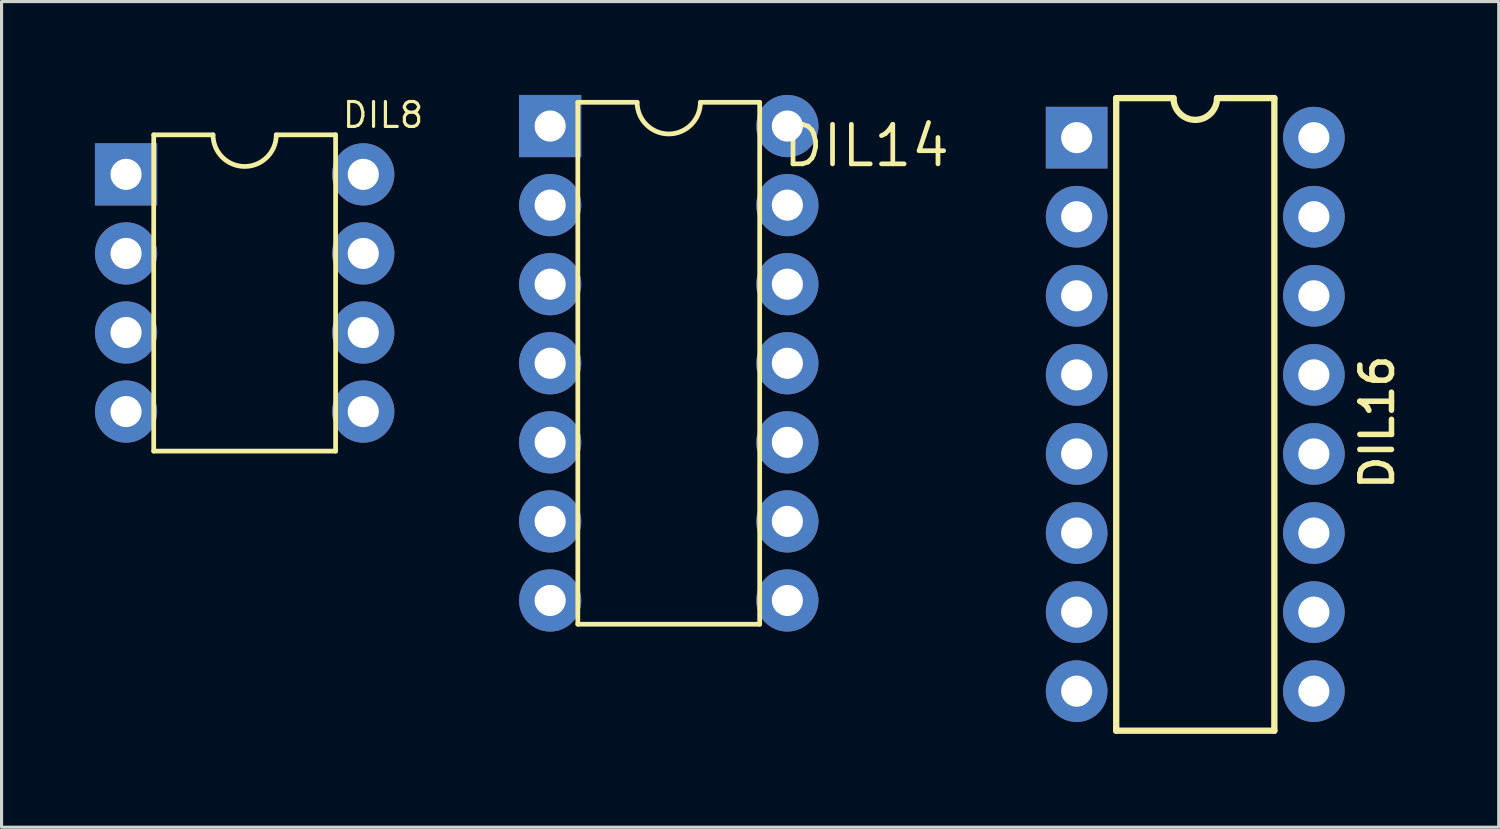
<source format=kicad_pcb>
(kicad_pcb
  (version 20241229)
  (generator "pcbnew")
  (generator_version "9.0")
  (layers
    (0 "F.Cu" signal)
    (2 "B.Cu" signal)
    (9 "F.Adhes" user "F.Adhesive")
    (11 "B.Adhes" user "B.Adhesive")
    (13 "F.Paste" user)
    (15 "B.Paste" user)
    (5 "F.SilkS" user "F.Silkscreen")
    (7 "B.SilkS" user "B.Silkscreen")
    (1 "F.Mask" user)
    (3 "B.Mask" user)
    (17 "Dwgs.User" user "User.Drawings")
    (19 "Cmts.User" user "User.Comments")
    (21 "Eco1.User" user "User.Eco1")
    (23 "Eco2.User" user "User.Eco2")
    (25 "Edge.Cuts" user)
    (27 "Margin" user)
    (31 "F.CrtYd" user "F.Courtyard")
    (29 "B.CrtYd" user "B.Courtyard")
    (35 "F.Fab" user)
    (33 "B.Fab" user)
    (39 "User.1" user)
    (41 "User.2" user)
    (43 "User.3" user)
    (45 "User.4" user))
  (footprint "DIL16"
    (layer "F.Cu")
    (at 34.075 8.992)
    (property "Reference" "DIL16" (at 7.112 1.524 90) (layer "F.SilkS") (effects (font (size 1.016 1.016) (thickness 0.178))))
    (attr exclude_from_pos_files exclude_from_bom)
    (fp_line (start -1.27 -8.89) (end -1.27 11.43) (stroke (width 0.203) (type solid)) (layer "F.SilkS"))
    (fp_line (start -1.27 -8.89) (end 0.572 -8.89) (stroke (width 0.203) (type solid)) (layer "F.SilkS"))
    (fp_line (start 3.81 -8.89) (end 1.968 -8.89) (stroke (width 0.203) (type solid)) (layer "F.SilkS"))
    (fp_line (start 3.81 11.43) (end -1.27 11.43) (stroke (width 0.203) (type solid)) (layer "F.SilkS"))
    (fp_line (start 3.81 11.43) (end 3.81 -8.89) (stroke (width 0.203) (type solid)) (layer "F.SilkS"))
    (fp_arc (start 1.9685 -8.89) (mid 1.27 -8.1915) (end 0.5715 -8.89) (stroke (width 0.2032) (type solid)) (layer "F.SilkS"))
    (pad "1" thru_hole rect (at -2.54 -7.62 270) (size 1.981 1.981) (drill 0.998) (layers "*.Cu" "*.Paste" "*.Mask"))
    (pad "2" thru_hole circle (at -2.54 -5.08 270) (size 1.981 1.981) (drill 0.998) (layers "*.Cu" "*.Paste" "*.Mask"))
    (pad "3" thru_hole circle (at -2.54 -2.54 270) (size 1.981 1.981) (drill 0.998) (layers "*.Cu" "*.Paste" "*.Mask"))
    (pad "4" thru_hole circle (at -2.54 0 270) (size 1.981 1.981) (drill 0.998) (layers "*.Cu" "*.Paste" "*.Mask"))
    (pad "5" thru_hole circle (at -2.54 2.54 270) (size 1.981 1.981) (drill 0.998) (layers "*.Cu" "*.Paste" "*.Mask"))
    (pad "6" thru_hole circle (at -2.54 5.08 270) (size 1.981 1.981) (drill 0.998) (layers "*.Cu" "*.Paste" "*.Mask"))
    (pad "7" thru_hole circle (at -2.54 7.62 270) (size 1.981 1.981) (drill 0.998) (layers "*.Cu" "*.Paste" "*.Mask"))
    (pad "8" thru_hole circle (at -2.54 10.16 270) (size 1.981 1.981) (drill 0.998) (layers "*.Cu" "*.Paste" "*.Mask"))
    (pad "9" thru_hole circle (at 5.08 10.16 270) (size 1.981 1.981) (drill 0.998) (layers "*.Cu" "*.Paste" "*.Mask"))
    (pad "10" thru_hole circle (at 5.08 7.62 270) (size 1.981 1.981) (drill 0.998) (layers "*.Cu" "*.Paste" "*.Mask"))
    (pad "11" thru_hole circle (at 5.08 5.08 270) (size 1.981 1.981) (drill 0.998) (layers "*.Cu" "*.Paste" "*.Mask"))
    (pad "12" thru_hole circle (at 5.08 2.54 270) (size 1.981 1.981) (drill 0.998) (layers "*.Cu" "*.Paste" "*.Mask"))
    (pad "13" thru_hole circle (at 5.08 0 270) (size 1.981 1.981) (drill 0.998) (layers "*.Cu" "*.Paste" "*.Mask"))
    (pad "14" thru_hole circle (at 5.08 -2.54 270) (size 1.981 1.981) (drill 0.998) (layers "*.Cu" "*.Paste" "*.Mask"))
    (pad "15" thru_hole circle (at 5.08 -5.08 270) (size 1.981 1.981) (drill 0.998) (layers "*.Cu" "*.Paste" "*.Mask"))
    (pad "16" thru_hole circle (at 5.08 -7.62 270) (size 1.981 1.981) (drill 0.998) (layers "*.Cu" "*.Paste" "*.Mask")))
  (footprint "DIL14"
    (layer "F.Cu")
    (at 17.924 10.651)
    (property "Reference" "DIL14" (at 6.858 -9.017 0) (layer "F.SilkS") (effects (font (size 1.27 1.27) (thickness 0.152))))
    (attr exclude_from_pos_files exclude_from_bom)
    (fp_line (start -2.413 -10.414) (end -2.413 6.35) (stroke (width 0.152) (type solid)) (layer "F.SilkS"))
    (fp_line (start -2.413 -10.414) (end -0.508 -10.414) (stroke (width 0.152) (type solid)) (layer "F.SilkS"))
    (fp_line (start 3.429 -10.414) (end 1.524 -10.414) (stroke (width 0.152) (type solid)) (layer "F.SilkS"))
    (fp_line (start 3.429 6.35) (end -2.413 6.35) (stroke (width 0.152) (type solid)) (layer "F.SilkS"))
    (fp_line (start 3.429 6.35) (end 3.429 -10.414) (stroke (width 0.152) (type solid)) (layer "F.SilkS"))
    (fp_arc (start 1.524 -10.414) (mid 0.508 -9.398) (end -0.508 -10.414) (stroke (width 0.1524) (type solid)) (layer "F.SilkS"))
    (pad "1" thru_hole rect (at -3.302 -9.652 270) (size 1.999 1.999) (drill 0.998) (layers "*.Cu" "*.Paste" "*.Mask"))
    (pad "2" thru_hole circle (at -3.302 -7.112 270) (size 1.999 1.999) (drill 0.998) (layers "*.Cu" "*.Paste" "*.Mask"))
    (pad "3" thru_hole circle (at -3.302 -4.572 270) (size 1.999 1.999) (drill 0.998) (layers "*.Cu" "*.Paste" "*.Mask"))
    (pad "4" thru_hole circle (at -3.302 -2.032 270) (size 1.999 1.999) (drill 0.998) (layers "*.Cu" "*.Paste" "*.Mask"))
    (pad "5" thru_hole circle (at -3.302 0.508 270) (size 1.999 1.999) (drill 0.998) (layers "*.Cu" "*.Paste" "*.Mask"))
    (pad "6" thru_hole circle (at -3.302 3.048 270) (size 1.999 1.999) (drill 0.998) (layers "*.Cu" "*.Paste" "*.Mask"))
    (pad "7" thru_hole circle (at -3.302 5.588 270) (size 1.999 1.999) (drill 0.998) (layers "*.Cu" "*.Paste" "*.Mask"))
    (pad "8" thru_hole circle (at 4.318 5.588 270) (size 1.999 1.999) (drill 0.998) (layers "*.Cu" "*.Paste" "*.Mask"))
    (pad "9" thru_hole circle (at 4.318 3.048 270) (size 1.999 1.999) (drill 0.998) (layers "*.Cu" "*.Paste" "*.Mask"))
    (pad "10" thru_hole circle (at 4.318 0.508 270) (size 1.999 1.999) (drill 0.998) (layers "*.Cu" "*.Paste" "*.Mask"))
    (pad "11" thru_hole circle (at 4.318 -2.032 270) (size 1.999 1.999) (drill 0.998) (layers "*.Cu" "*.Paste" "*.Mask"))
    (pad "12" thru_hole circle (at 4.318 -4.572 270) (size 1.999 1.999) (drill 0.998) (layers "*.Cu" "*.Paste" "*.Mask"))
    (pad "13" thru_hole circle (at 4.318 -7.112 270) (size 1.999 1.999) (drill 0.998) (layers "*.Cu" "*.Paste" "*.Mask"))
    (pad "14" thru_hole circle (at 4.318 -9.652 270) (size 1.999 1.999) (drill 0.998) (layers "*.Cu" "*.Paste" "*.Mask")))
  (footprint "DIL8"
    (layer "F.Cu")
    (at 4.809 6.361)
    (property "Reference" "DIL8" (at 4.445 -5.715 180) (layer "F.SilkS") (effects (font (size 0.8 0.8) (thickness 0.102))))
    (attr exclude_from_pos_files exclude_from_bom)
    (fp_line (start -2.921 -5.08) (end -2.921 5.08) (stroke (width 0.152) (type solid)) (layer "F.SilkS"))
    (fp_line (start -2.921 -5.08) (end -1.016 -5.08) (stroke (width 0.152) (type solid)) (layer "F.SilkS"))
    (fp_line (start 2.921 -5.08) (end 1.016 -5.08) (stroke (width 0.152) (type solid)) (layer "F.SilkS"))
    (fp_line (start 2.921 5.08) (end -2.921 5.08) (stroke (width 0.152) (type solid)) (layer "F.SilkS"))
    (fp_line (start 2.921 5.08) (end 2.921 -5.08) (stroke (width 0.152) (type solid)) (layer "F.SilkS"))
    (fp_arc (start 1.016 -5.08) (mid 0 -4.064) (end -1.016 -5.08) (stroke (width 0.1524) (type solid)) (layer "F.SilkS"))
    (pad "1" thru_hole rect (at -3.81 -3.81) (size 1.999 1.999) (drill 0.998) (layers "*.Cu" "*.Mask"))
    (pad "2" thru_hole circle (at -3.81 -1.27) (size 1.999 1.999) (drill 0.998) (layers "*.Cu" "*.Mask"))
    (pad "3" thru_hole circle (at -3.81 1.27) (size 1.999 1.999) (drill 0.998) (layers "*.Cu" "*.Mask"))
    (pad "4" thru_hole circle (at -3.81 3.81) (size 1.999 1.999) (drill 0.998) (layers "*.Cu" "*.Mask"))
    (pad "5" thru_hole circle (at 3.81 3.81) (size 1.999 1.999) (drill 0.998) (layers "*.Cu" "*.Mask"))
    (pad "6" thru_hole circle (at 3.81 1.27) (size 1.999 1.999) (drill 0.998) (layers "*.Cu" "*.Mask"))
    (pad "7" thru_hole circle (at 3.81 -1.27) (size 1.999 1.999) (drill 0.998) (layers "*.Cu" "*.Mask"))
    (pad "8" thru_hole circle (at 3.81 -3.81) (size 1.999 1.999) (drill 0.998) (layers "*.Cu" "*.Mask")))
  (gr_rect
    (start -3 -3)
    (end 45.093 23.523)
    (stroke (width 0.1) (type default))
    (fill no)
    (layer "Edge.Cuts")))
</source>
